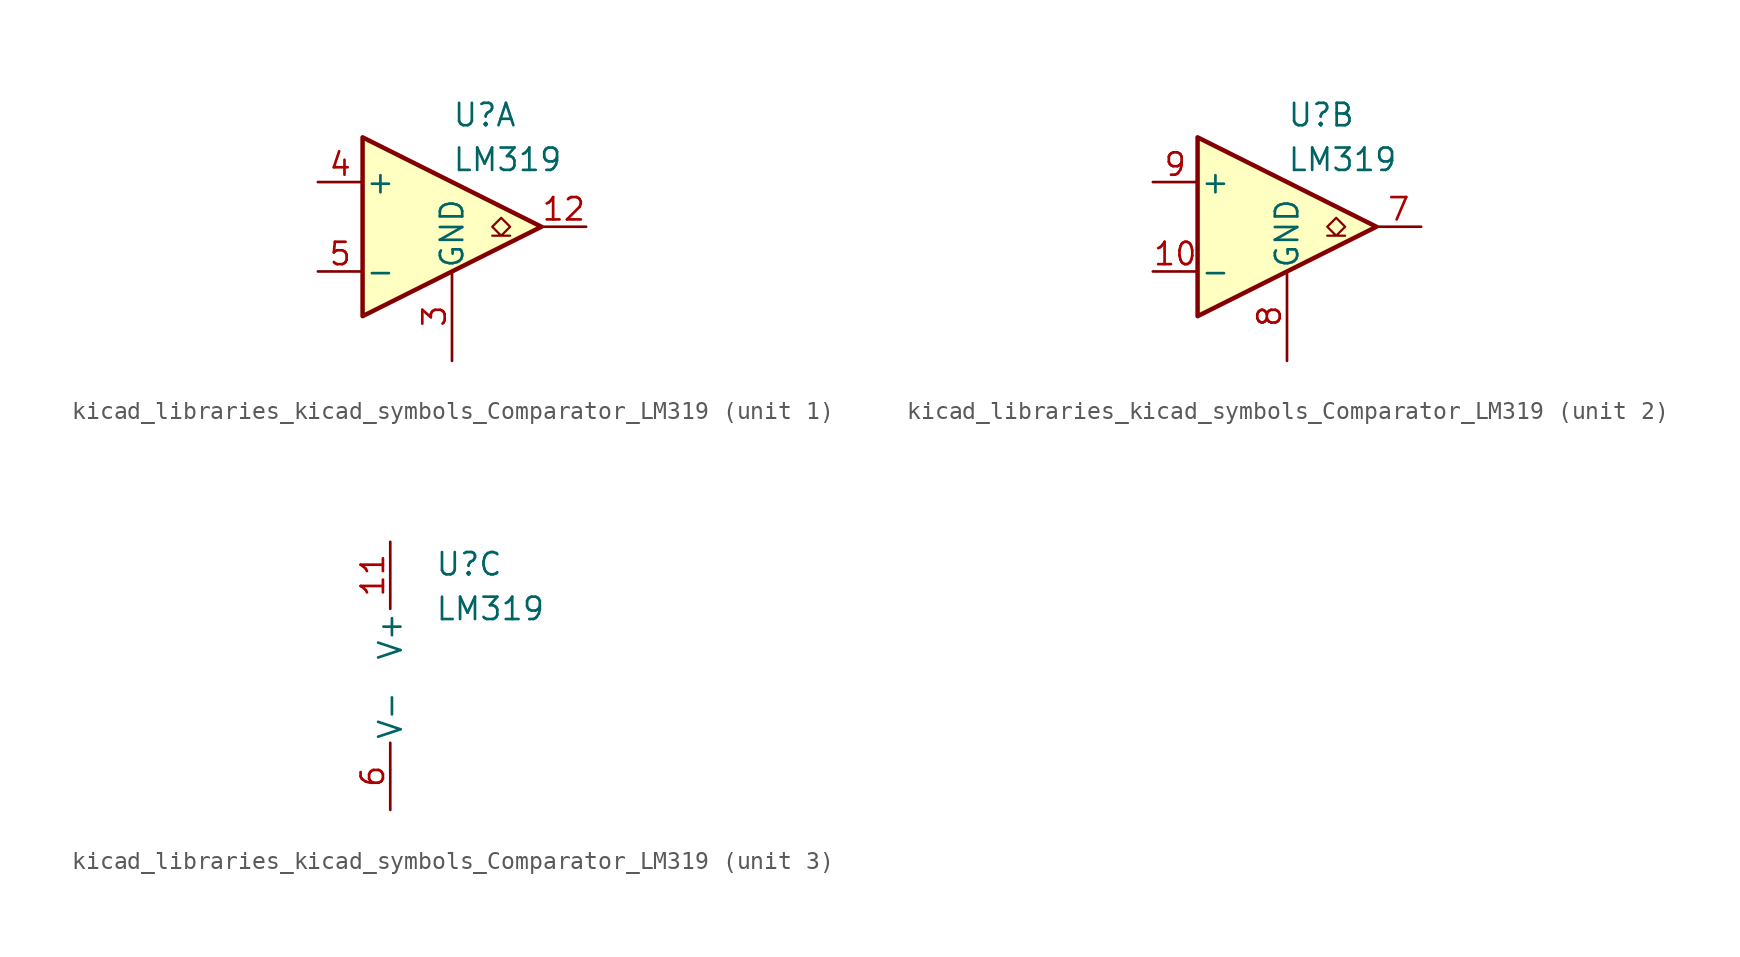
<source format=kicad_sym>
(kicad_symbol_lib
  (version 20220914)
  (generator kicad_symbol_editor)
  (symbol "kicad_libraries_kicad_symbols_Comparator_LM319"
    (pin_names
      (offset 0.127))
    (property "Reference" "U"
      (at 0 6.35 0)
      (effects (font (size 1.27 1.27)) (justify left)))
    (property "Value" "LM319"
      (at 0 3.81 0)
      (effects (font (size 1.27 1.27)) (justify left)))
    (property "ki_locked" ""
      (at 0 0 0)
      (effects (font (size 1.27 1.27))))
    (symbol "kicad_libraries_kicad_symbols_Comparator_LM319_1_1"
      (polyline (pts (xy -5.08 5.08) (xy 5.08 0) (xy -5.08 -5.08) (xy -5.08 5.08) (xy -5.08 5.08)) (stroke (width 0.254) (type default)) (fill (type background)))
      (polyline (pts (xy 2.286 -0.508) (xy 2.794 -0.508) (xy 2.286 0) (xy 2.794 0.508) (xy 3.302 0) (xy 2.794 -0.508) (xy 3.302 -0.508)) (stroke (width 0.127) (type default)) (fill (type none)))
      (pin no_connect line (at 0 -2.54 90) (length 2.54) hide (name "NC" (effects (font (size 1.27 1.27)))) (number "1" (effects (font (size 1.27 1.27)))))
      (pin open_collector line (at 7.62 0 180) (length 2.54) (name "~" (effects (font (size 1.27 1.27)))) (number "12" (effects (font (size 1.27 1.27)))))
      (pin no_connect line (at 0 2.54 270) (length 2.54) hide (name "NC" (effects (font (size 1.27 1.27)))) (number "2" (effects (font (size 1.27 1.27)))))
      (pin passive line (at 0 -7.62 90) (length 5.08) (name "GND" (effects (font (size 1.27 1.27)))) (number "3" (effects (font (size 1.27 1.27)))))
      (pin input line (at -7.62 2.54 0) (length 2.54) (name "+" (effects (font (size 1.27 1.27)))) (number "4" (effects (font (size 1.27 1.27)))))
      (pin input line (at -7.62 -2.54 0) (length 2.54) (name "-" (effects (font (size 1.27 1.27)))) (number "5" (effects (font (size 1.27 1.27))))))
    (symbol "kicad_libraries_kicad_symbols_Comparator_LM319_2_1"
      (polyline (pts (xy -5.08 5.08) (xy 5.08 0) (xy -5.08 -5.08) (xy -5.08 5.08) (xy -5.08 5.08)) (stroke (width 0.254) (type default)) (fill (type background)))
      (polyline (pts (xy 3.302 -0.508) (xy 2.794 -0.508) (xy 3.302 0) (xy 2.794 0.508) (xy 2.286 0) (xy 2.794 -0.508) (xy 2.286 -0.508)) (stroke (width 0.127) (type default)) (fill (type none)))
      (pin input line (at -7.62 -2.54 0) (length 2.54) (name "-" (effects (font (size 1.27 1.27)))) (number "10" (effects (font (size 1.27 1.27)))))
      (pin no_connect line (at 0 -2.54 90) (length 2.54) hide (name "NC" (effects (font (size 1.27 1.27)))) (number "13" (effects (font (size 1.27 1.27)))))
      (pin no_connect line (at 0 2.54 270) (length 2.54) hide (name "NC" (effects (font (size 1.27 1.27)))) (number "14" (effects (font (size 1.27 1.27)))))
      (pin open_collector line (at 7.62 0 180) (length 2.54) (name "~" (effects (font (size 1.27 1.27)))) (number "7" (effects (font (size 1.27 1.27)))))
      (pin passive line (at 0 -7.62 90) (length 5.08) (name "GND" (effects (font (size 1.27 1.27)))) (number "8" (effects (font (size 1.27 1.27)))))
      (pin input line (at -7.62 2.54 0) (length 2.54) (name "+" (effects (font (size 1.27 1.27)))) (number "9" (effects (font (size 1.27 1.27))))))
    (symbol "kicad_libraries_kicad_symbols_Comparator_LM319_3_1"
      (pin power_in line (at -2.54 7.62 270) (length 3.81) (name "V+" (effects (font (size 1.27 1.27)))) (number "11" (effects (font (size 1.27 1.27)))))
      (pin power_in line (at -2.54 -7.62 90) (length 3.81) (name "V-" (effects (font (size 1.27 1.27)))) (number "6" (effects (font (size 1.27 1.27))))))))
</source>
